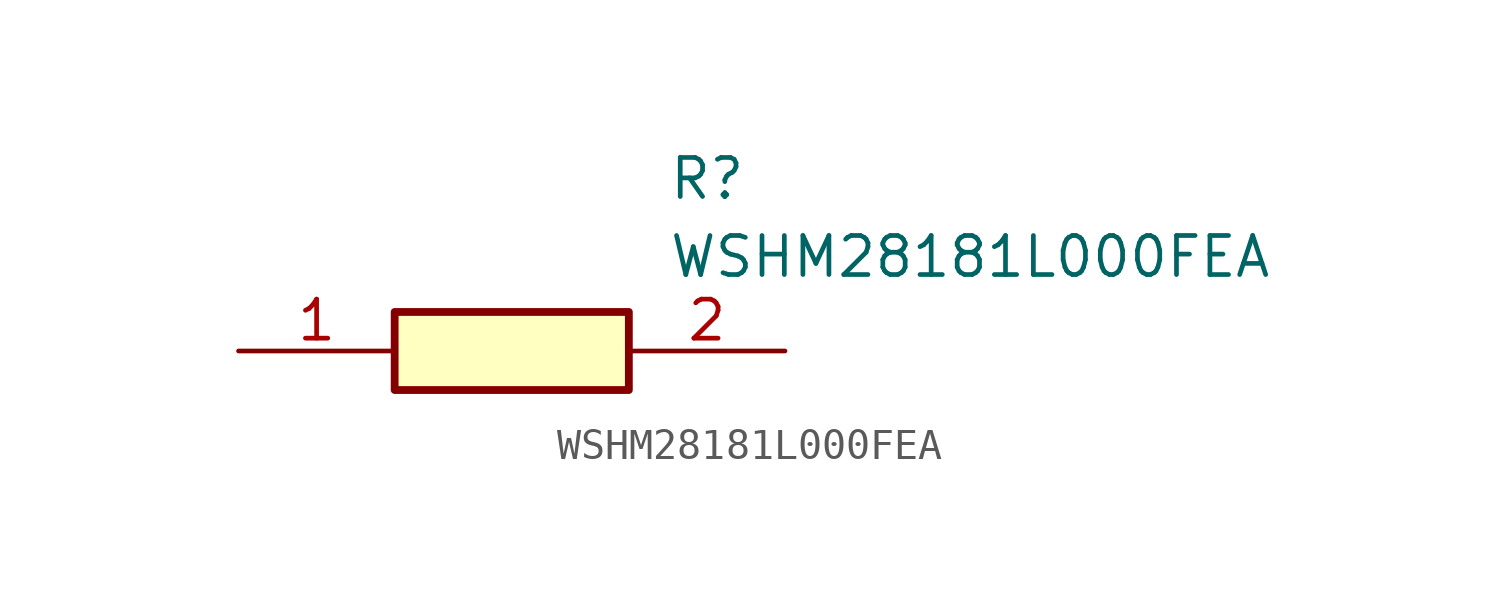
<source format=kicad_sym>
(kicad_symbol_lib
  (version 20211014)
  (generator SamacSys_ECAD_Model)
  (symbol "WSHM28181L000FEA"
    (pin_names hide)
    (property "Reference" "R"
      (at 13.97 6.35 0)
      (effects (font (size 1.27 1.27)) (justify left top)))
    (property "Value" "WSHM28181L000FEA"
      (at 13.97 3.81 0)
      (effects (font (size 1.27 1.27)) (justify left top)))
    (rectangle
      (start 5.08 1.27)
      (end 12.7 -1.27)
      (stroke (width 0.254) (type default))
      (fill (type background)))
    (pin passive line
      (at 0 0 0)
      (length 5.08)
      (name "1" (effects (font (size 1.27 1.27))))
      (number "1" (effects (font (size 1.27 1.27)))))
    (pin passive line
      (at 17.78 0 180)
      (length 5.08)
      (name "2" (effects (font (size 1.27 1.27))))
      (number "2" (effects (font (size 1.27 1.27)))))))
</source>
